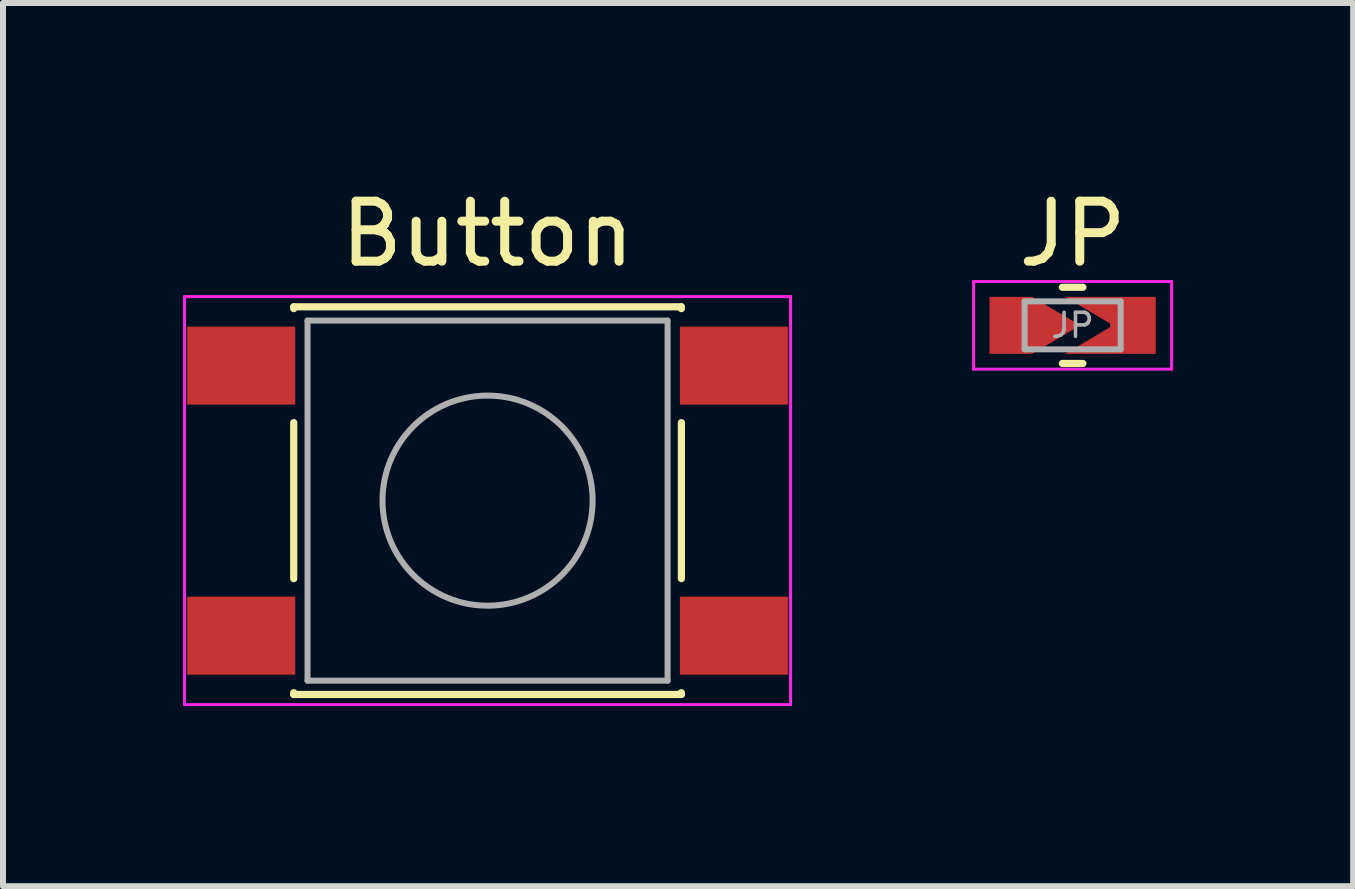
<source format=kicad_pcb>
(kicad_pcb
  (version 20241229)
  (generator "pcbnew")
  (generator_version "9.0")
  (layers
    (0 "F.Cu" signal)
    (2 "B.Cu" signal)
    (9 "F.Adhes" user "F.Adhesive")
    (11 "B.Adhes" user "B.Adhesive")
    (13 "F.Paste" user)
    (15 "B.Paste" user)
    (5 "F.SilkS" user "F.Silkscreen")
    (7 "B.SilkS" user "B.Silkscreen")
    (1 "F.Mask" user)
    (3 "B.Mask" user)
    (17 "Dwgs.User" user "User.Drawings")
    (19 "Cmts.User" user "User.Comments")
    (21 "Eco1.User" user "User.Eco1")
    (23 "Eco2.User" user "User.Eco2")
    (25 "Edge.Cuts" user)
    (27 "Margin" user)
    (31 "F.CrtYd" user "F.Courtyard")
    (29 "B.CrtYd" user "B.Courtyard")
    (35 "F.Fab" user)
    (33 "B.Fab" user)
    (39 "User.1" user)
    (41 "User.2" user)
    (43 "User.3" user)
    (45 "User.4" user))
  (footprint "Button"
    (layer "F.Cu")
    (at 5.075 5.293)
    (property "Reference" "Button" (at 0 -4.445 0) (layer "F.SilkS") (effects (font (size 1 1) (thickness 0.15))))
    (attr through_hole)
    (fp_line (start -3.23 -3.23) (end 3.23 -3.23) (stroke (width 0.12) (type solid)) (layer "F.SilkS"))
    (fp_line (start -3.23 -3.2) (end -3.23 -3.23) (stroke (width 0.12) (type solid)) (layer "F.SilkS"))
    (fp_line (start -3.23 -1.3) (end -3.23 1.3) (stroke (width 0.12) (type solid)) (layer "F.SilkS"))
    (fp_line (start -3.23 3.23) (end -3.23 3.2) (stroke (width 0.12) (type solid)) (layer "F.SilkS"))
    (fp_line (start -3.23 3.23) (end 3.23 3.23) (stroke (width 0.12) (type solid)) (layer "F.SilkS"))
    (fp_line (start 3.23 -3.23) (end 3.23 -3.2) (stroke (width 0.12) (type solid)) (layer "F.SilkS"))
    (fp_line (start 3.23 -1.3) (end 3.23 1.3) (stroke (width 0.12) (type solid)) (layer "F.SilkS"))
    (fp_line (start 3.23 3.23) (end 3.23 3.2) (stroke (width 0.12) (type solid)) (layer "F.SilkS"))
    (fp_line (start -5.05 -3.4) (end -5.05 3.4) (stroke (width 0.05) (type solid)) (layer "F.CrtYd"))
    (fp_line (start -5.05 -3.4) (end 5.05 -3.4) (stroke (width 0.05) (type solid)) (layer "F.CrtYd"))
    (fp_line (start -5.05 3.4) (end 5.05 3.4) (stroke (width 0.05) (type solid)) (layer "F.CrtYd"))
    (fp_line (start 5.05 3.4) (end 5.05 -3.4) (stroke (width 0.05) (type solid)) (layer "F.CrtYd"))
    (fp_line (start -3 -3) (end -3 3) (stroke (width 0.1) (type solid)) (layer "F.Fab"))
    (fp_line (start -3 3) (end 3 3) (stroke (width 0.1) (type solid)) (layer "F.Fab"))
    (fp_line (start 3 -3) (end -3 -3) (stroke (width 0.1) (type solid)) (layer "F.Fab"))
    (fp_line (start 3 3) (end 3 -3) (stroke (width 0.1) (type solid)) (layer "F.Fab"))
    (fp_circle (center 0 0) (end 1.75 -0.05) (stroke (width 0.1) (type solid)) (fill no) (layer "F.Fab"))
    (pad "1" smd rect (at -4.105 -2.25) (size 1.8 1.3) (layers "F.Cu" "F.Mask" "F.Paste"))
    (pad "2" smd rect (at 4.105 -2.25) (size 1.8 1.3) (layers "F.Cu" "F.Mask" "F.Paste"))
    (pad "3" smd rect (at -4.105 2.25) (size 1.8 1.3) (layers "F.Cu" "F.Mask" "F.Paste"))
    (pad "4" smd rect (at 4.105 2.25) (size 1.8 1.3) (layers "F.Cu" "F.Mask" "F.Paste")))
  (footprint "JP"
    (layer "F.Cu")
    (at 14.825 2.372)
    (property "Reference" "JP" (at 0 -1.524 0) (layer "F.SilkS") (effects (font (size 1 1) (thickness 0.15))))
    (attr through_hole)
    (fp_line (start -0.171 -0.635) (end 0.171 -0.635) (stroke (width 0.12) (type solid)) (layer "F.SilkS"))
    (fp_line (start -0.171 0.635) (end 0.171 0.635) (stroke (width 0.12) (type solid)) (layer "F.SilkS"))
    (fp_line (start -1.65 -0.73) (end 1.65 -0.73) (stroke (width 0.05) (type solid)) (layer "F.CrtYd"))
    (fp_line (start -1.65 0.73) (end -1.65 -0.73) (stroke (width 0.05) (type solid)) (layer "F.CrtYd"))
    (fp_line (start 1.65 -0.73) (end 1.65 0.73) (stroke (width 0.05) (type solid)) (layer "F.CrtYd"))
    (fp_line (start 1.65 0.73) (end -1.65 0.73) (stroke (width 0.05) (type solid)) (layer "F.CrtYd"))
    (fp_line (start -0.8 -0.4) (end 0.8 -0.4) (stroke (width 0.1) (type solid)) (layer "F.Fab"))
    (fp_line (start -0.8 0.4) (end -0.8 -0.4) (stroke (width 0.1) (type solid)) (layer "F.Fab"))
    (fp_line (start 0.8 -0.4) (end 0.8 0.4) (stroke (width 0.1) (type solid)) (layer "F.Fab"))
    (fp_line (start 0.8 0.4) (end -0.8 0.4) (stroke (width 0.1) (type solid)) (layer "F.Fab"))
    (fp_text user "${REFERENCE}" (at 0 0 0) (layer "F.Fab") (effects (font (size 0.4 0.4) (thickness 0.06))))
    (pad "1" smd custom (at -0.875 0) (size 0.5 0.5) (layers "F.Cu" "F.Mask" "F.Paste") (options (anchor rect)) (primitives (gr_poly (pts (xy -0.51 -0.475) (xy 0.2 -0.475) (xy 1 0) (xy 0.2 0.475) (xy -0.51 0.475)) (width 0) (fill yes))))
    (pad "1" smd custom (at 0.875 0 180) (size 0.5 0.5) (layers "F.Cu" "F.Mask" "F.Paste") (options (anchor rect)) (primitives (gr_poly (pts (xy -0.51 -0.475) (xy 1 -0.475) (xy 0.2 0) (xy 1 0.475) (xy -0.51 0.475)) (width 0) (fill yes)))))
  (gr_rect
    (start -3 -3)
    (end 19.5 11.718)
    (stroke (width 0.1) (type default))
    (fill no)
    (layer "Edge.Cuts")))
</source>
